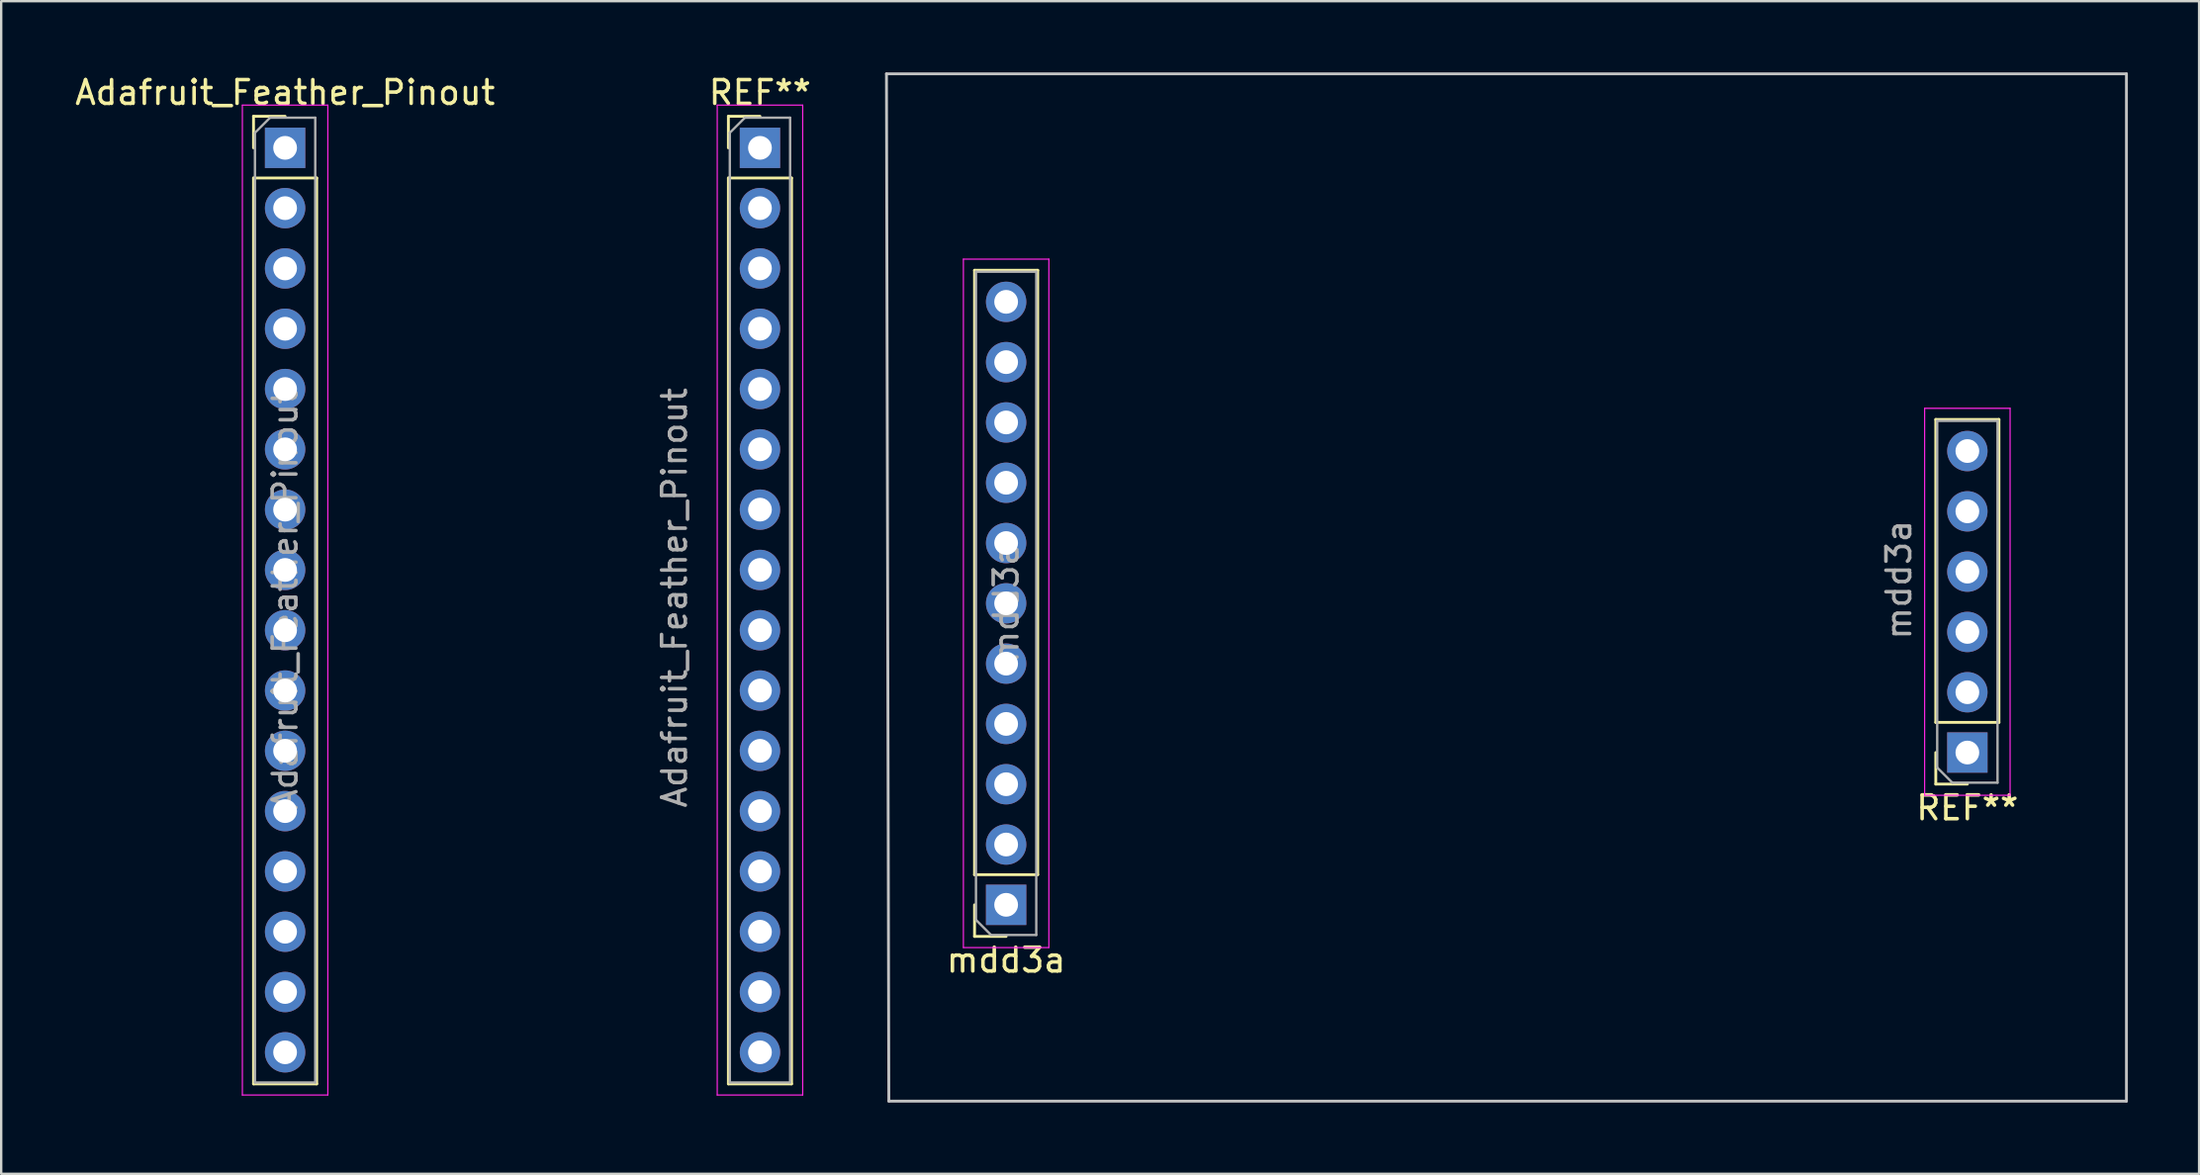
<source format=kicad_pcb>
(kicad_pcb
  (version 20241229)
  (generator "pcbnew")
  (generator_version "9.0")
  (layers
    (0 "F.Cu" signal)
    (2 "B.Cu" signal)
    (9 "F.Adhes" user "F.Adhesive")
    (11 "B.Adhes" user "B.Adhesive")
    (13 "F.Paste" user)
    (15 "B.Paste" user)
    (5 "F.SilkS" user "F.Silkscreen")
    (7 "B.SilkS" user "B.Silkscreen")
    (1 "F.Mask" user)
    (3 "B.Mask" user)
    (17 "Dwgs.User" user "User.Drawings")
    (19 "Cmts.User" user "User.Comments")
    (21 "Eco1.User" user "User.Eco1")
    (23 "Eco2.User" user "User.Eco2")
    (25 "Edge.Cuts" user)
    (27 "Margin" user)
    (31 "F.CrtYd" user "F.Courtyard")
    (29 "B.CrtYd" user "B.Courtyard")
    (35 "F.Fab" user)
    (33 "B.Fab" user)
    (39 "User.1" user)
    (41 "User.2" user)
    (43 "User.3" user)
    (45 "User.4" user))
  (footprint "Adafruit_Feather_Pinout"
    (layer "F.Cu")
    (at 8.958 3.178)
    (property "Reference" "Adafruit_Feather_Pinout" (at 0 -2.33 0) (layer "F.SilkS") (effects (font (size 1 1) (thickness 0.15))))
    (attr through_hole)
    (fp_line (start -1.33 -1.33) (end 0 -1.33) (stroke (width 0.12) (type solid)) (layer "F.SilkS"))
    (fp_line (start -1.33 0) (end -1.33 -1.33) (stroke (width 0.12) (type solid)) (layer "F.SilkS"))
    (fp_line (start -1.33 1.27) (end -1.33 39.43) (stroke (width 0.12) (type solid)) (layer "F.SilkS"))
    (fp_line (start -1.33 1.27) (end 1.33 1.27) (stroke (width 0.12) (type solid)) (layer "F.SilkS"))
    (fp_line (start -1.33 39.43) (end 1.33 39.43) (stroke (width 0.12) (type solid)) (layer "F.SilkS"))
    (fp_line (start 1.33 1.27) (end 1.33 39.43) (stroke (width 0.12) (type solid)) (layer "F.SilkS"))
    (fp_line (start 18.67 -1.33) (end 20 -1.33) (stroke (width 0.12) (type solid)) (layer "F.SilkS"))
    (fp_line (start 18.67 0) (end 18.67 -1.33) (stroke (width 0.12) (type solid)) (layer "F.SilkS"))
    (fp_line (start 18.67 1.27) (end 18.67 39.43) (stroke (width 0.12) (type solid)) (layer "F.SilkS"))
    (fp_line (start 18.67 1.27) (end 21.33 1.27) (stroke (width 0.12) (type solid)) (layer "F.SilkS"))
    (fp_line (start 18.67 39.43) (end 21.33 39.43) (stroke (width 0.12) (type solid)) (layer "F.SilkS"))
    (fp_line (start 21.33 1.27) (end 21.33 39.43) (stroke (width 0.12) (type solid)) (layer "F.SilkS"))
    (fp_line (start -1.8 -1.8) (end -1.8 39.9) (stroke (width 0.05) (type solid)) (layer "F.CrtYd"))
    (fp_line (start -1.8 39.9) (end 1.8 39.9) (stroke (width 0.05) (type solid)) (layer "F.CrtYd"))
    (fp_line (start 1.8 -1.8) (end -1.8 -1.8) (stroke (width 0.05) (type solid)) (layer "F.CrtYd"))
    (fp_line (start 1.8 39.9) (end 1.8 -1.8) (stroke (width 0.05) (type solid)) (layer "F.CrtYd"))
    (fp_line (start 18.2 -1.8) (end 18.2 39.9) (stroke (width 0.05) (type solid)) (layer "F.CrtYd"))
    (fp_line (start 18.2 39.9) (end 21.8 39.9) (stroke (width 0.05) (type solid)) (layer "F.CrtYd"))
    (fp_line (start 21.8 -1.8) (end 18.2 -1.8) (stroke (width 0.05) (type solid)) (layer "F.CrtYd"))
    (fp_line (start 21.8 39.9) (end 21.8 -1.8) (stroke (width 0.05) (type solid)) (layer "F.CrtYd"))
    (fp_line (start -1.27 -0.635) (end -0.635 -1.27) (stroke (width 0.1) (type solid)) (layer "F.Fab"))
    (fp_line (start -1.27 39.37) (end -1.27 -0.635) (stroke (width 0.1) (type solid)) (layer "F.Fab"))
    (fp_line (start -0.635 -1.27) (end 1.27 -1.27) (stroke (width 0.1) (type solid)) (layer "F.Fab"))
    (fp_line (start 1.27 -1.27) (end 1.27 39.37) (stroke (width 0.1) (type solid)) (layer "F.Fab"))
    (fp_line (start 1.27 39.37) (end -1.27 39.37) (stroke (width 0.1) (type solid)) (layer "F.Fab"))
    (fp_line (start 18.73 -0.635) (end 19.365 -1.27) (stroke (width 0.1) (type solid)) (layer "F.Fab"))
    (fp_line (start 18.73 39.37) (end 18.73 -0.635) (stroke (width 0.1) (type solid)) (layer "F.Fab"))
    (fp_line (start 19.365 -1.27) (end 21.27 -1.27) (stroke (width 0.1) (type solid)) (layer "F.Fab"))
    (fp_line (start 21.27 -1.27) (end 21.27 39.37) (stroke (width 0.1) (type solid)) (layer "F.Fab"))
    (fp_line (start 21.27 39.37) (end 18.73 39.37) (stroke (width 0.1) (type solid)) (layer "F.Fab"))
    (fp_text user "REF**" (at 20 -2.33 0) (layer "F.SilkS") (effects (font (size 1 1) (thickness 0.15))))
    (fp_text user "${REFERENCE}" (at 16.4 18.95 90) (layer "F.Fab") (effects (font (size 1 1) (thickness 0.15))))
    (fp_text user "${REFERENCE}" (at 0 19.05 90) (layer "F.Fab") (effects (font (size 1 1) (thickness 0.15))))
    (pad "1" thru_hole rect (at 0 0) (size 1.7 1.7) (drill 1) (layers "*.Cu" "*.Mask"))
    (pad "2" thru_hole oval (at 0 2.54) (size 1.7 1.7) (drill 1) (layers "*.Cu" "*.Mask"))
    (pad "3" thru_hole oval (at 0 5.08) (size 1.7 1.7) (drill 1) (layers "*.Cu" "*.Mask"))
    (pad "4" thru_hole oval (at 0 7.62) (size 1.7 1.7) (drill 1) (layers "*.Cu" "*.Mask"))
    (pad "5" thru_hole oval (at 0 10.16) (size 1.7 1.7) (drill 1) (layers "*.Cu" "*.Mask"))
    (pad "6" thru_hole oval (at 0 12.7) (size 1.7 1.7) (drill 1) (layers "*.Cu" "*.Mask"))
    (pad "7" thru_hole oval (at 0 15.24) (size 1.7 1.7) (drill 1) (layers "*.Cu" "*.Mask"))
    (pad "8" thru_hole oval (at 0 17.78) (size 1.7 1.7) (drill 1) (layers "*.Cu" "*.Mask"))
    (pad "9" thru_hole oval (at 0 20.32) (size 1.7 1.7) (drill 1) (layers "*.Cu" "*.Mask"))
    (pad "10" thru_hole oval (at 0 22.86) (size 1.7 1.7) (drill 1) (layers "*.Cu" "*.Mask"))
    (pad "11" thru_hole oval (at 0 25.4) (size 1.7 1.7) (drill 1) (layers "*.Cu" "*.Mask"))
    (pad "12" thru_hole oval (at 0 27.94) (size 1.7 1.7) (drill 1) (layers "*.Cu" "*.Mask"))
    (pad "13" thru_hole oval (at 0 30.48) (size 1.7 1.7) (drill 1) (layers "*.Cu" "*.Mask"))
    (pad "14" thru_hole oval (at 0 33.02) (size 1.7 1.7) (drill 1) (layers "*.Cu" "*.Mask"))
    (pad "15" thru_hole oval (at 0 35.56) (size 1.7 1.7) (drill 1) (layers "*.Cu" "*.Mask"))
    (pad "16" thru_hole oval (at 0 38.1) (size 1.7 1.7) (drill 1) (layers "*.Cu" "*.Mask"))
    (pad "17" thru_hole oval (at 20 38.1) (size 1.7 1.7) (drill 1) (layers "*.Cu" "*.Mask"))
    (pad "18" thru_hole oval (at 20 35.56) (size 1.7 1.7) (drill 1) (layers "*.Cu" "*.Mask"))
    (pad "19" thru_hole oval (at 20 33.02) (size 1.7 1.7) (drill 1) (layers "*.Cu" "*.Mask"))
    (pad "20" thru_hole oval (at 20 30.48) (size 1.7 1.7) (drill 1) (layers "*.Cu" "*.Mask"))
    (pad "21" thru_hole oval (at 20 27.94) (size 1.7 1.7) (drill 1) (layers "*.Cu" "*.Mask"))
    (pad "22" thru_hole oval (at 20 25.4) (size 1.7 1.7) (drill 1) (layers "*.Cu" "*.Mask"))
    (pad "23" thru_hole oval (at 20 22.86) (size 1.7 1.7) (drill 1) (layers "*.Cu" "*.Mask"))
    (pad "24" thru_hole oval (at 20 20.32) (size 1.7 1.7) (drill 1) (layers "*.Cu" "*.Mask"))
    (pad "25" thru_hole oval (at 20 17.78) (size 1.7 1.7) (drill 1) (layers "*.Cu" "*.Mask"))
    (pad "26" thru_hole oval (at 20 15.24) (size 1.7 1.7) (drill 1) (layers "*.Cu" "*.Mask"))
    (pad "27" thru_hole oval (at 20 12.7) (size 1.7 1.7) (drill 1) (layers "*.Cu" "*.Mask"))
    (pad "28" thru_hole oval (at 20 10.16) (size 1.7 1.7) (drill 1) (layers "*.Cu" "*.Mask"))
    (pad "29" thru_hole oval (at 20 7.62) (size 1.7 1.7) (drill 1) (layers "*.Cu" "*.Mask"))
    (pad "30" thru_hole oval (at 20 5.08) (size 1.7 1.7) (drill 1) (layers "*.Cu" "*.Mask"))
    (pad "31" thru_hole oval (at 20 2.54) (size 1.7 1.7) (drill 1) (layers "*.Cu" "*.Mask"))
    (pad "32" thru_hole rect (at 20 0) (size 1.7 1.7) (drill 1) (layers "*.Cu" "*.Mask")))
  (footprint "mdd3a"
    (layer "F.Cu")
    (at 38.486 21.785)
    (property "Reference" "mdd3a" (at 0.84 15.61 180) (layer "F.SilkS") (effects (font (size 1 1) (thickness 0.15))))
    (attr through_hole)
    (fp_line (start -0.49 -13.45) (end 2.17 -13.45) (stroke (width 0.12) (type solid)) (layer "F.SilkS"))
    (fp_line (start -0.49 12.01) (end -0.49 -13.45) (stroke (width 0.12) (type solid)) (layer "F.SilkS"))
    (fp_line (start -0.49 12.01) (end 2.17 12.01) (stroke (width 0.12) (type solid)) (layer "F.SilkS"))
    (fp_line (start -0.49 13.28) (end -0.49 14.61) (stroke (width 0.12) (type solid)) (layer "F.SilkS"))
    (fp_line (start -0.49 14.61) (end 0.84 14.61) (stroke (width 0.12) (type solid)) (layer "F.SilkS"))
    (fp_line (start 2.17 12.01) (end 2.17 -13.45) (stroke (width 0.12) (type solid)) (layer "F.SilkS"))
    (fp_line (start 39.995 -7.165) (end 42.655 -7.165) (stroke (width 0.12) (type solid)) (layer "F.SilkS"))
    (fp_line (start 39.995 5.595) (end 39.995 -7.165) (stroke (width 0.12) (type solid)) (layer "F.SilkS"))
    (fp_line (start 39.995 5.595) (end 42.655 5.595) (stroke (width 0.12) (type solid)) (layer "F.SilkS"))
    (fp_line (start 39.995 6.865) (end 39.995 8.195) (stroke (width 0.12) (type solid)) (layer "F.SilkS"))
    (fp_line (start 39.995 8.195) (end 41.325 8.195) (stroke (width 0.12) (type solid)) (layer "F.SilkS"))
    (fp_line (start 42.655 5.595) (end 42.655 -7.165) (stroke (width 0.12) (type solid)) (layer "F.SilkS"))
    (fp_line (start -4.2 -21.725) (end 48.025 -21.725) (stroke (width 0.12) (type solid)) (layer "Dwgs.User"))
    (fp_line (start -4.1 21.55) (end -4.2 -21.725) (stroke (width 0.12) (type solid)) (layer "Dwgs.User"))
    (fp_line (start 48.025 -21.725) (end 48.025 21.55) (stroke (width 0.12) (type solid)) (layer "Dwgs.User"))
    (fp_line (start 48.025 21.55) (end -4.1 21.55) (stroke (width 0.12) (type solid)) (layer "Dwgs.User"))
    (fp_line (start -0.96 -13.92) (end 2.64 -13.92) (stroke (width 0.05) (type solid)) (layer "F.CrtYd"))
    (fp_line (start -0.96 15.08) (end -0.96 -13.92) (stroke (width 0.05) (type solid)) (layer "F.CrtYd"))
    (fp_line (start 2.64 -13.92) (end 2.64 15.08) (stroke (width 0.05) (type solid)) (layer "F.CrtYd"))
    (fp_line (start 2.64 15.08) (end -0.96 15.08) (stroke (width 0.05) (type solid)) (layer "F.CrtYd"))
    (fp_line (start 39.525 -7.635) (end 43.125 -7.635) (stroke (width 0.05) (type solid)) (layer "F.CrtYd"))
    (fp_line (start 39.525 8.665) (end 39.525 -7.635) (stroke (width 0.05) (type solid)) (layer "F.CrtYd"))
    (fp_line (start 43.125 -7.635) (end 43.125 8.665) (stroke (width 0.05) (type solid)) (layer "F.CrtYd"))
    (fp_line (start 43.125 8.665) (end 39.525 8.665) (stroke (width 0.05) (type solid)) (layer "F.CrtYd"))
    (fp_line (start -0.43 -13.39) (end -0.43 13.915) (stroke (width 0.1) (type solid)) (layer "F.Fab"))
    (fp_line (start -0.43 13.915) (end 0.205 14.55) (stroke (width 0.1) (type solid)) (layer "F.Fab"))
    (fp_line (start 0.205 14.55) (end 2.11 14.55) (stroke (width 0.1) (type solid)) (layer "F.Fab"))
    (fp_line (start 2.11 -13.39) (end -0.43 -13.39) (stroke (width 0.1) (type solid)) (layer "F.Fab"))
    (fp_line (start 2.11 14.55) (end 2.11 -13.39) (stroke (width 0.1) (type solid)) (layer "F.Fab"))
    (fp_line (start 40.055 -7.105) (end 40.055 7.5) (stroke (width 0.1) (type solid)) (layer "F.Fab"))
    (fp_line (start 40.055 7.5) (end 40.69 8.135) (stroke (width 0.1) (type solid)) (layer "F.Fab"))
    (fp_line (start 40.69 8.135) (end 42.595 8.135) (stroke (width 0.1) (type solid)) (layer "F.Fab"))
    (fp_line (start 42.595 -7.105) (end 40.055 -7.105) (stroke (width 0.1) (type solid)) (layer "F.Fab"))
    (fp_line (start 42.595 8.135) (end 42.595 -7.105) (stroke (width 0.1) (type solid)) (layer "F.Fab"))
    (fp_text user "REF**" (at 41.325 9.195 180) (layer "F.SilkS") (effects (font (size 1 1) (thickness 0.15))))
    (fp_text user "${REFERENCE}" (at 38.44 -0.41 270) (layer "F.Fab") (effects (font (size 1 1) (thickness 0.15))))
    (fp_text user "${REFERENCE}" (at 0.84 0.58 270) (layer "F.Fab") (effects (font (size 1 1) (thickness 0.15))))
    (pad "1" thru_hole rect (at 0.84 13.28 180) (size 1.7 1.7) (drill 1) (layers "*.Cu" "*.Mask"))
    (pad "2" thru_hole oval (at 0.84 10.74 180) (size 1.7 1.7) (drill 1) (layers "*.Cu" "*.Mask"))
    (pad "3" thru_hole oval (at 0.84 8.2 180) (size 1.7 1.7) (drill 1) (layers "*.Cu" "*.Mask"))
    (pad "4" thru_hole oval (at 0.84 5.66 180) (size 1.7 1.7) (drill 1) (layers "*.Cu" "*.Mask"))
    (pad "5" thru_hole oval (at 0.84 3.12 180) (size 1.7 1.7) (drill 1) (layers "*.Cu" "*.Mask"))
    (pad "6" thru_hole oval (at 0.84 0.58 180) (size 1.7 1.7) (drill 1) (layers "*.Cu" "*.Mask"))
    (pad "7" thru_hole oval (at 0.84 -1.96 180) (size 1.7 1.7) (drill 1) (layers "*.Cu" "*.Mask"))
    (pad "8" thru_hole oval (at 0.84 -4.5 180) (size 1.7 1.7) (drill 1) (layers "*.Cu" "*.Mask"))
    (pad "9" thru_hole oval (at 0.84 -7.04 180) (size 1.7 1.7) (drill 1) (layers "*.Cu" "*.Mask"))
    (pad "10" thru_hole oval (at 0.84 -9.58 180) (size 1.7 1.7) (drill 1) (layers "*.Cu" "*.Mask"))
    (pad "11" thru_hole oval (at 0.84 -12.12 180) (size 1.7 1.7) (drill 1) (layers "*.Cu" "*.Mask"))
    (pad "12" thru_hole oval (at 41.325 -5.835 180) (size 1.7 1.7) (drill 1) (layers "*.Cu" "*.Mask"))
    (pad "13" thru_hole oval (at 41.325 -3.295 180) (size 1.7 1.7) (drill 1) (layers "*.Cu" "*.Mask"))
    (pad "14" thru_hole oval (at 41.325 -0.755 180) (size 1.7 1.7) (drill 1) (layers "*.Cu" "*.Mask"))
    (pad "15" thru_hole oval (at 41.325 1.785 180) (size 1.7 1.7) (drill 1) (layers "*.Cu" "*.Mask"))
    (pad "16" thru_hole oval (at 41.325 4.325 180) (size 1.7 1.7) (drill 1) (layers "*.Cu" "*.Mask"))
    (pad "17" thru_hole rect (at 41.325 6.865 180) (size 1.7 1.7) (drill 1) (layers "*.Cu" "*.Mask")))
  (gr_rect
    (start -3 -3)
    (end 89.571 46.395)
    (stroke (width 0.1) (type default))
    (fill no)
    (layer "Edge.Cuts")))
</source>
